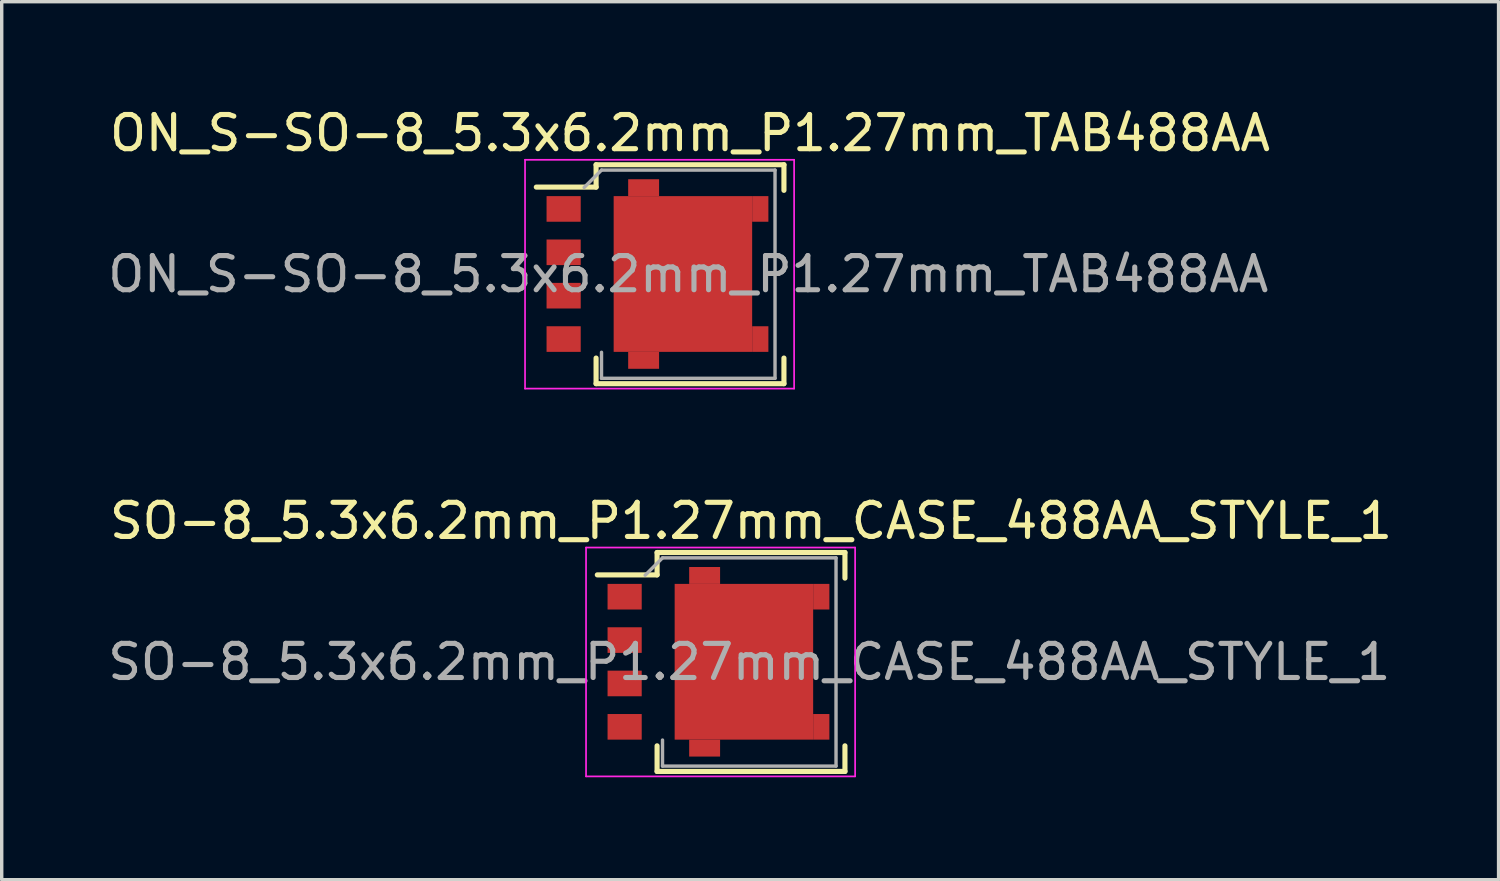
<source format=kicad_pcb>
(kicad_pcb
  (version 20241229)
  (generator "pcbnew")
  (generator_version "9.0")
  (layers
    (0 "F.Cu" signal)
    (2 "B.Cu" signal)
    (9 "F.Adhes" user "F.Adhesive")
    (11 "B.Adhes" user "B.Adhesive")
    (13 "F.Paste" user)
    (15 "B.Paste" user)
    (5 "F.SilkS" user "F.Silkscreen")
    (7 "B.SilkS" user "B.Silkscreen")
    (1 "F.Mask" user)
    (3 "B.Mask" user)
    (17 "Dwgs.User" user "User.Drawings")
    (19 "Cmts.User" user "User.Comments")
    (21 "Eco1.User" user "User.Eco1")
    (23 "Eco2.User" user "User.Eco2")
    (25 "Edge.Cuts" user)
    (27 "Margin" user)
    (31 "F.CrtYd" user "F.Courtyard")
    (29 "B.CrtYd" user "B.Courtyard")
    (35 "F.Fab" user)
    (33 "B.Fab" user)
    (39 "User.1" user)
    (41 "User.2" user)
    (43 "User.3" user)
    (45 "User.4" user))
  (footprint "SO-8_5.3x6.2mm_P1.27mm_CASE_488AA_STYLE_1"
    (layer "F.Cu")
    (at 19.446 16.344)
    (property "Reference" "SO-8_5.3x6.2mm_P1.27mm_CASE_488AA_STYLE_1" (at -0.508 -4.143 0) (layer "F.SilkS") (effects (font (size 1 1) (thickness 0.15))))
    (attr smd)
    (fp_line (start -3.258 -3.218) (end -3.258 -2.563) (stroke (width 0.15) (type solid)) (layer "F.SilkS"))
    (fp_line (start -3.258 -3.218) (end 2.242 -3.218) (stroke (width 0.15) (type solid)) (layer "F.SilkS"))
    (fp_line (start -3.258 -2.563) (end -5.008 -2.563) (stroke (width 0.15) (type solid)) (layer "F.SilkS"))
    (fp_line (start -3.258 3.192) (end -3.258 2.442) (stroke (width 0.15) (type solid)) (layer "F.SilkS"))
    (fp_line (start -3.258 3.192) (end 2.242 3.192) (stroke (width 0.15) (type solid)) (layer "F.SilkS"))
    (fp_line (start 2.242 -3.218) (end 2.242 -2.468) (stroke (width 0.15) (type solid)) (layer "F.SilkS"))
    (fp_line (start 2.242 3.192) (end 2.242 2.442) (stroke (width 0.15) (type solid)) (layer "F.SilkS"))
    (fp_line (start -5.338 -3.363) (end -5.338 3.337) (stroke (width 0.05) (type solid)) (layer "F.CrtYd"))
    (fp_line (start -5.338 -3.363) (end 2.54 -3.363) (stroke (width 0.05) (type solid)) (layer "F.CrtYd"))
    (fp_line (start -5.338 3.337) (end 2.54 3.337) (stroke (width 0.05) (type solid)) (layer "F.CrtYd"))
    (fp_line (start 2.54 -3.363) (end 2.54 3.337) (stroke (width 0.05) (type solid)) (layer "F.CrtYd"))
    (fp_line (start -3.099 -3.061) (end -3.607 -2.553) (stroke (width 0.1) (type solid)) (layer "F.Fab"))
    (fp_line (start -3.099 2.273) (end -3.099 3.035) (stroke (width 0.1) (type solid)) (layer "F.Fab"))
    (fp_line (start -3.099 3.035) (end 1.981 3.035) (stroke (width 0.1) (type solid)) (layer "F.Fab"))
    (fp_line (start 1.981 -3.061) (end -3.099 -3.061) (stroke (width 0.1) (type solid)) (layer "F.Fab"))
    (fp_line (start 1.981 3.035) (end 1.981 -3.061) (stroke (width 0.1) (type solid)) (layer "F.Fab"))
    (fp_text user "${REFERENCE}" (at -0.559 -0.013 0) (layer "F.Fab") (effects (font (size 1 1) (thickness 0.15))))
    (pad "1" smd rect (at -4.208 -1.924) (size 1 0.75) (layers "F.Cu" "F.Mask" "F.Paste"))
    (pad "2" smd rect (at -4.208 -0.654) (size 1 0.75) (layers "F.Cu" "F.Mask" "F.Paste"))
    (pad "3" smd rect (at -4.208 0.616) (size 1 0.75) (layers "F.Cu" "F.Mask" "F.Paste"))
    (pad "4" smd rect (at -4.208 1.886) (size 1 0.75) (layers "F.Cu" "F.Mask" "F.Paste"))
    (pad "5" smd rect (at -1.866 -2.546) (size 0.905 0.495) (layers "F.Cu" "F.Mask" "F.Paste"))
    (pad "5" smd rect (at -1.866 2.509) (size 0.905 0.495) (layers "F.Cu" "F.Mask" "F.Paste"))
    (pad "5" smd rect (at -0.716 -0.019) (size 4.055 4.56) (layers "F.Cu" "F.Mask" "F.Paste"))
    (pad "5" smd rect (at 1.549 -1.924) (size 0.475 0.75) (layers "F.Cu" "F.Mask" "F.Paste"))
    (pad "5" smd rect (at 1.549 1.886) (size 0.475 0.75) (layers "F.Cu" "F.Mask" "F.Paste")))
  (footprint "ON_S-SO-8_5.3x6.2mm_P1.27mm_TAB488AA"
    (layer "F.Cu")
    (at 17.66 4.991)
    (property "Reference" "ON_S-SO-8_5.3x6.2mm_P1.27mm_TAB488AA" (at -0.508 -4.143 0) (layer "F.SilkS") (effects (font (size 1 1) (thickness 0.15))))
    (attr smd)
    (fp_line (start -3.258 -3.218) (end -3.258 -2.563) (stroke (width 0.15) (type solid)) (layer "F.SilkS"))
    (fp_line (start -3.258 -3.218) (end 2.242 -3.218) (stroke (width 0.15) (type solid)) (layer "F.SilkS"))
    (fp_line (start -3.258 -2.563) (end -5.008 -2.563) (stroke (width 0.15) (type solid)) (layer "F.SilkS"))
    (fp_line (start -3.258 3.192) (end -3.258 2.442) (stroke (width 0.15) (type solid)) (layer "F.SilkS"))
    (fp_line (start -3.258 3.192) (end 2.242 3.192) (stroke (width 0.15) (type solid)) (layer "F.SilkS"))
    (fp_line (start 2.242 -3.218) (end 2.242 -2.468) (stroke (width 0.15) (type solid)) (layer "F.SilkS"))
    (fp_line (start 2.242 3.192) (end 2.242 2.442) (stroke (width 0.15) (type solid)) (layer "F.SilkS"))
    (fp_line (start -5.338 -3.363) (end -5.338 3.337) (stroke (width 0.05) (type solid)) (layer "F.CrtYd"))
    (fp_line (start -5.338 -3.363) (end 2.54 -3.363) (stroke (width 0.05) (type solid)) (layer "F.CrtYd"))
    (fp_line (start -5.338 3.337) (end 2.54 3.337) (stroke (width 0.05) (type solid)) (layer "F.CrtYd"))
    (fp_line (start 2.54 -3.363) (end 2.54 3.337) (stroke (width 0.05) (type solid)) (layer "F.CrtYd"))
    (fp_line (start -3.099 -3.061) (end -3.607 -2.553) (stroke (width 0.1) (type solid)) (layer "F.Fab"))
    (fp_line (start -3.099 2.273) (end -3.099 3.035) (stroke (width 0.1) (type solid)) (layer "F.Fab"))
    (fp_line (start -3.099 3.035) (end 1.981 3.035) (stroke (width 0.1) (type solid)) (layer "F.Fab"))
    (fp_line (start 1.981 -3.061) (end -3.099 -3.061) (stroke (width 0.1) (type solid)) (layer "F.Fab"))
    (fp_line (start 1.981 3.035) (end 1.981 -3.061) (stroke (width 0.1) (type solid)) (layer "F.Fab"))
    (fp_text user "${REFERENCE}" (at -0.559 -0.013 0) (layer "F.Fab") (effects (font (size 1 1) (thickness 0.15))))
    (pad "1" smd rect (at -4.208 -1.924) (size 1 0.75) (layers "F.Cu" "F.Mask" "F.Paste"))
    (pad "2" smd rect (at -4.208 -0.654) (size 1 0.75) (layers "F.Cu" "F.Mask" "F.Paste"))
    (pad "3" smd rect (at -4.208 0.616) (size 1 0.75) (layers "F.Cu" "F.Mask" "F.Paste"))
    (pad "4" smd rect (at -4.208 1.886) (size 1 0.75) (layers "F.Cu" "F.Mask" "F.Paste"))
    (pad "5" smd rect (at -1.866 -2.546) (size 0.905 0.495) (layers "F.Cu" "F.Mask" "F.Paste"))
    (pad "5" smd rect (at -1.866 2.509) (size 0.905 0.495) (layers "F.Cu" "F.Mask" "F.Paste"))
    (pad "5" smd rect (at -0.716 -0.019) (size 4.055 4.56) (layers "F.Cu" "F.Mask" "F.Paste"))
    (pad "5" smd rect (at 1.549 -1.924) (size 0.475 0.75) (layers "F.Cu" "F.Mask" "F.Paste"))
    (pad "5" smd rect (at 1.549 1.886) (size 0.475 0.75) (layers "F.Cu" "F.Mask" "F.Paste")))
  (gr_rect
    (start -3 -3)
    (end 40.825 22.706)
    (stroke (width 0.1) (type default))
    (fill no)
    (layer "Edge.Cuts")))
</source>
